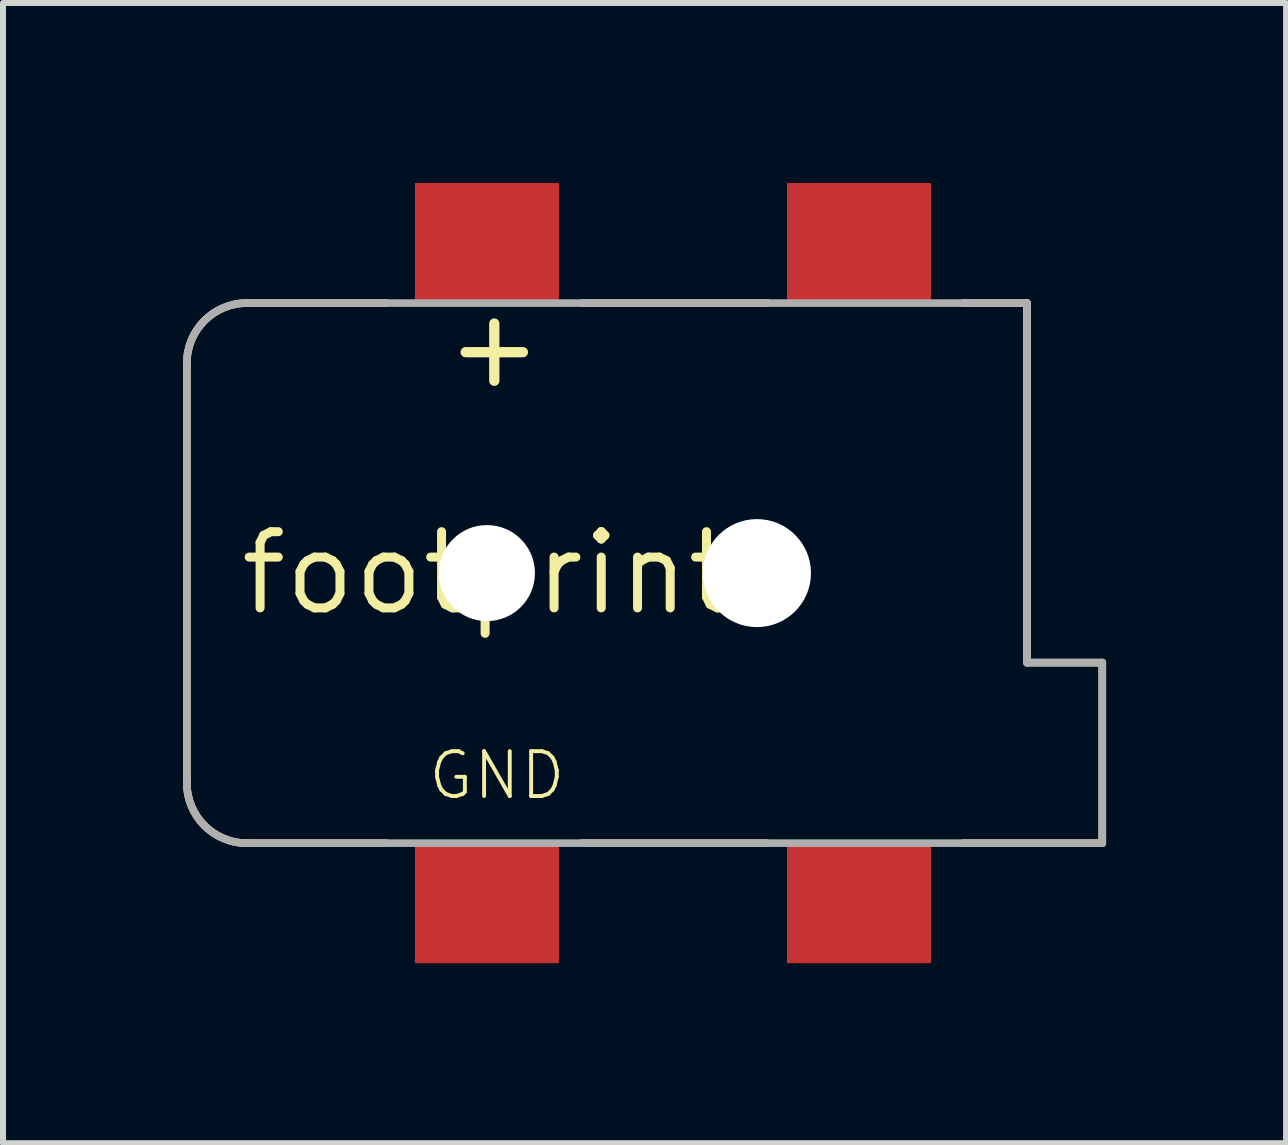
<source format=kicad_pcb>
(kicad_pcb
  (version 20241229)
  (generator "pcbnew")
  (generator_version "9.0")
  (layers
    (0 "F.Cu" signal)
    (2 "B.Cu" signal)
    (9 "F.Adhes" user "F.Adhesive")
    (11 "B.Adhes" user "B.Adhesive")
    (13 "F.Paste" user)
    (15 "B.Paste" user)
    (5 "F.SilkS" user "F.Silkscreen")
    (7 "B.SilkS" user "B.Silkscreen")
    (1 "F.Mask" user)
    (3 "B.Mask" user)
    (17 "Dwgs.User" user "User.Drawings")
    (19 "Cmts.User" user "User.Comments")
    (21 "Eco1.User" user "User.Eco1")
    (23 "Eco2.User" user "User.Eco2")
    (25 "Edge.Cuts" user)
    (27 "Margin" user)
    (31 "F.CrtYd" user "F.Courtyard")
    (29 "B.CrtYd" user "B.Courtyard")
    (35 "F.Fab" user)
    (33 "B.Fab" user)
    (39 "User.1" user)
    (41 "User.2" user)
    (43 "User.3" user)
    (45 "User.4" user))
  (footprint "footprint"
    (layer "F.Cu")
    (at 5.064 6.5)
    (property "Reference" "footprint" (at 0 0 0) (layer "F.SilkS") (effects (font (size 1.27 1.27) (thickness 0.15))))
    (fp_line (start -5 -3.5) (end -5 3.5) (stroke (width 0.127) (type solid)) (layer "F.SilkS"))
    (fp_line (start -4 4.5) (end -1.684 4.5) (stroke (width 0.127) (type solid)) (layer "F.SilkS"))
    (fp_line (start -1.668 -4.5) (end -4 -4.5) (stroke (width 0.127) (type solid)) (layer "F.SilkS"))
    (fp_line (start 1.588 4.5) (end 4.666 4.5) (stroke (width 0.127) (type solid)) (layer "F.SilkS"))
    (fp_line (start 4.682 -4.5) (end 1.588 -4.5) (stroke (width 0.127) (type solid)) (layer "F.SilkS"))
    (fp_line (start 7.938 4.5) (end 10.254 4.5) (stroke (width 0.127) (type solid)) (layer "F.SilkS"))
    (fp_line (start 9 -4.5) (end 7.938 -4.5) (stroke (width 0.127) (type solid)) (layer "F.SilkS"))
    (fp_line (start 9 1.492) (end 9 -4.5) (stroke (width 0.127) (type solid)) (layer "F.SilkS"))
    (fp_line (start 10.254 1.492) (end 9 1.492) (stroke (width 0.127) (type solid)) (layer "F.SilkS"))
    (fp_line (start 10.254 4.5) (end 10.254 1.492) (stroke (width 0.127) (type solid)) (layer "F.SilkS"))
    (fp_arc (start -5 -3.5) (mid -4.707107 -4.207107) (end -4 -4.5) (stroke (width 0.127) (type solid)) (layer "F.SilkS"))
    (fp_arc (start -4 4.5) (mid -4.707107 4.207107) (end -5 3.5) (stroke (width 0.127) (type solid)) (layer "F.SilkS"))
    (fp_line (start -5 -3.5) (end -5 3.5) (stroke (width 0.127) (type solid)) (layer "F.Fab"))
    (fp_line (start -4 4.5) (end 10.254 4.5) (stroke (width 0.127) (type solid)) (layer "F.Fab"))
    (fp_line (start 9 -4.5) (end -4 -4.5) (stroke (width 0.127) (type solid)) (layer "F.Fab"))
    (fp_line (start 9 1.492) (end 9 -4.5) (stroke (width 0.127) (type solid)) (layer "F.Fab"))
    (fp_line (start 10.254 1.492) (end 9 1.492) (stroke (width 0.127) (type solid)) (layer "F.Fab"))
    (fp_line (start 10.254 4.5) (end 10.254 1.492) (stroke (width 0.127) (type solid)) (layer "F.Fab"))
    (fp_arc (start -5 -3.5) (mid -4.707107 -4.207107) (end -4 -4.5) (stroke (width 0.127) (type solid)) (layer "F.Fab"))
    (fp_arc (start -4 4.5) (mid -4.707107 4.207107) (end -5 3.5) (stroke (width 0.127) (type solid)) (layer "F.Fab"))
    (fp_text user "+" (at 0.762 -2.794 90) (layer "F.SilkS") (effects (font (size 1.252 1.252) (thickness 0.171)) (justify left bottom)))
    (fp_text user "GND" (at -1.016 3.81 0) (layer "F.SilkS") (effects (font (size 0.748 0.748) (thickness 0.065)) (justify left bottom)))
    (pad "" np_thru_hole circle (at 0 0) (size 1.6 1.6) (drill 1.6) (layers "*.Cu" "*.Mask"))
    (pad "" np_thru_hole circle (at 4.5 0) (size 1.8 1.8) (drill 1.8) (layers "*.Cu" "*.Mask"))
    (pad "GND" smd rect (at 0 5.5) (size 2.4 2) (layers "F.Cu" "F.Mask" "F.Paste"))
    (pad "GNDBREAK" smd rect (at 6.2 5.5) (size 2.4 2) (layers "F.Cu" "F.Mask" "F.Paste"))
    (pad "PWR1" smd rect (at 0 -5.5) (size 2.4 2) (layers "F.Cu" "F.Mask" "F.Paste"))
    (pad "PWR2" smd rect (at 6.2 -5.5) (size 2.4 2) (layers "F.Cu" "F.Mask" "F.Paste"))
    (zone (net_name "") (layer "F.Cu") (hatch edge 0.508) (connect_pads) (min_thickness 0.254) (filled_areas_thickness no) (keepout (tracks not_allowed) (vias not_allowed) (pads not_allowed) (copperpour not_allowed) (footprints allowed)) (placement (enabled no)) (fill) (polygon (pts (xy 4.809 10.92) (xy 5.292 10.92) (xy 5.292 10.945) (xy 4.809 10.945))))
    (zone (net_name "") (layer "F.Cu") (hatch edge 0.508) (connect_pads) (min_thickness 0.254) (filled_areas_thickness no) (keepout (tracks not_allowed) (vias not_allowed) (pads not_allowed) (copperpour not_allowed) (footprints allowed)) (placement (enabled no)) (fill) (polygon (pts (xy 6.333 12.24) (xy 6.333 11.758) (xy 6.359 11.758) (xy 6.359 12.24))))
    (zone (net_name "") (layer "F.Cu") (hatch edge 0.508) (connect_pads) (min_thickness 0.254) (filled_areas_thickness no) (keepout (tracks not_allowed) (vias not_allowed) (pads not_allowed) (copperpour not_allowed) (footprints allowed)) (placement (enabled no)) (fill) (polygon (pts (xy 9.966 12.24) (xy 9.966 11.758) (xy 9.991 11.758) (xy 9.991 12.24))))
    (zone (net_name "") (layer "F.Cu") (hatch edge 0.508) (connect_pads) (min_thickness 0.254) (filled_areas_thickness no) (keepout (tracks not_allowed) (vias not_allowed) (pads not_allowed) (copperpour not_allowed) (footprints allowed)) (placement (enabled no)) (fill) (polygon (pts (xy 11.49 10.945) (xy 11.007 10.945) (xy 11.007 10.92) (xy 11.49 10.92)))))
  (gr_rect
    (start -3 -3)
    (end 18.381 16)
    (stroke (width 0.1) (type default))
    (fill no)
    (layer "Edge.Cuts")))
</source>
